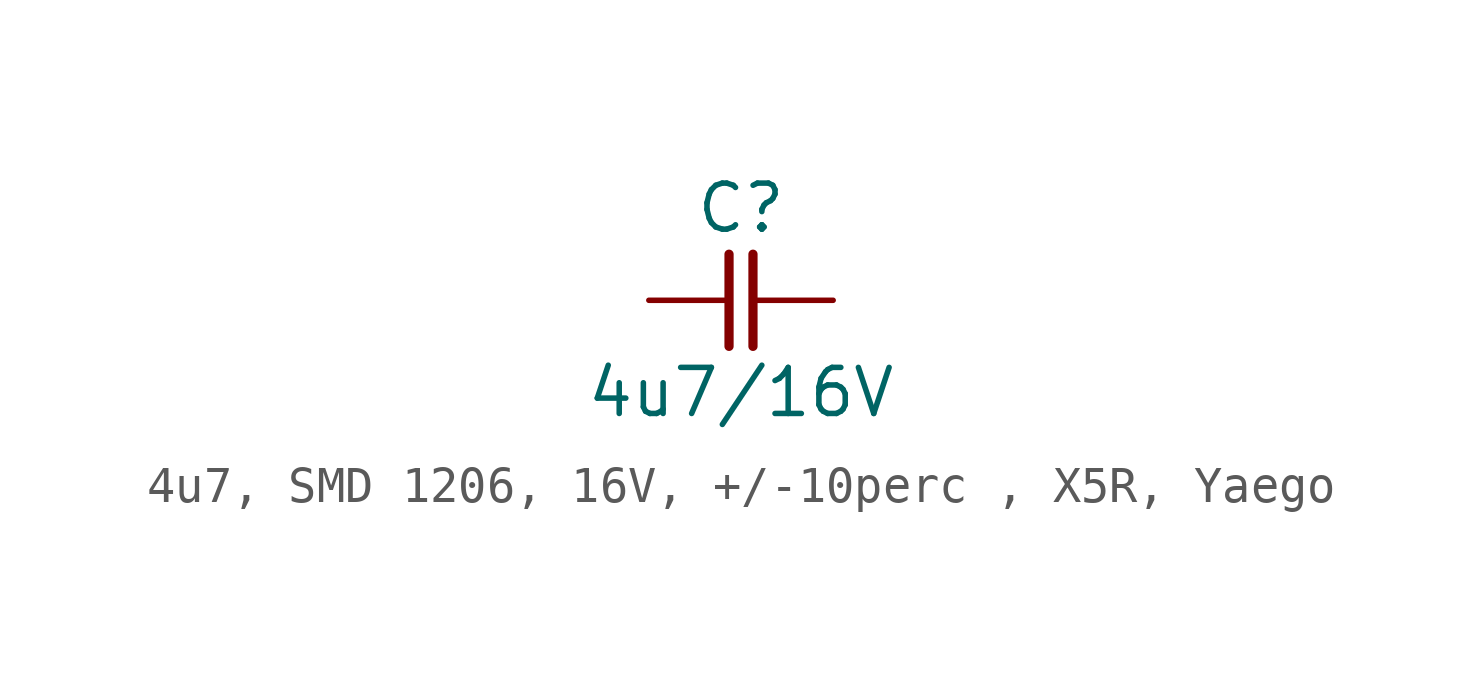
<source format=kicad_sym>
(kicad_symbol_lib
  (version 20231120)
  (generator "kicad_symbol_editor")
  (generator_version "8.0")
  (symbol "4u7, SMD 1206, 16V, +/-10perc , X5R, Yaego"
    (pin_numbers hide)
    (pin_names
      (offset 0) hide)
    (property "Reference" "C"
      (at 0 2.54 0)
      (effects (font (size 1.27 1.27))))
    (property "Value" "4u7/16V"
      (at 0 -2.54 0)
      (effects (font (size 1.27 1.27))))
    (symbol "4u7, SMD 1206, 16V, +/-10perc , X5R, Yaego_0_1"
      (polyline (pts (xy -0.33 1.27) (xy -0.33 -1.27)) (stroke (width 0.254) (type default)) (fill (type none)))
      (polyline (pts (xy 0.33 1.27) (xy 0.33 -1.27)) (stroke (width 0.254) (type default)) (fill (type none))))
    (symbol "4u7, SMD 1206, 16V, +/-10perc , X5R, Yaego_1_1"
      (pin passive line (at -2.54 0 0) (length 2.21) (name "1" (effects (font (size 1.27 1.27)))) (number "1" (effects (font (size 1.27 1.27)))))
      (pin passive line (at 2.54 0 180) (length 2.21) (name "2" (effects (font (size 1.27 1.27)))) (number "2" (effects (font (size 1.27 1.27))))))))
</source>
